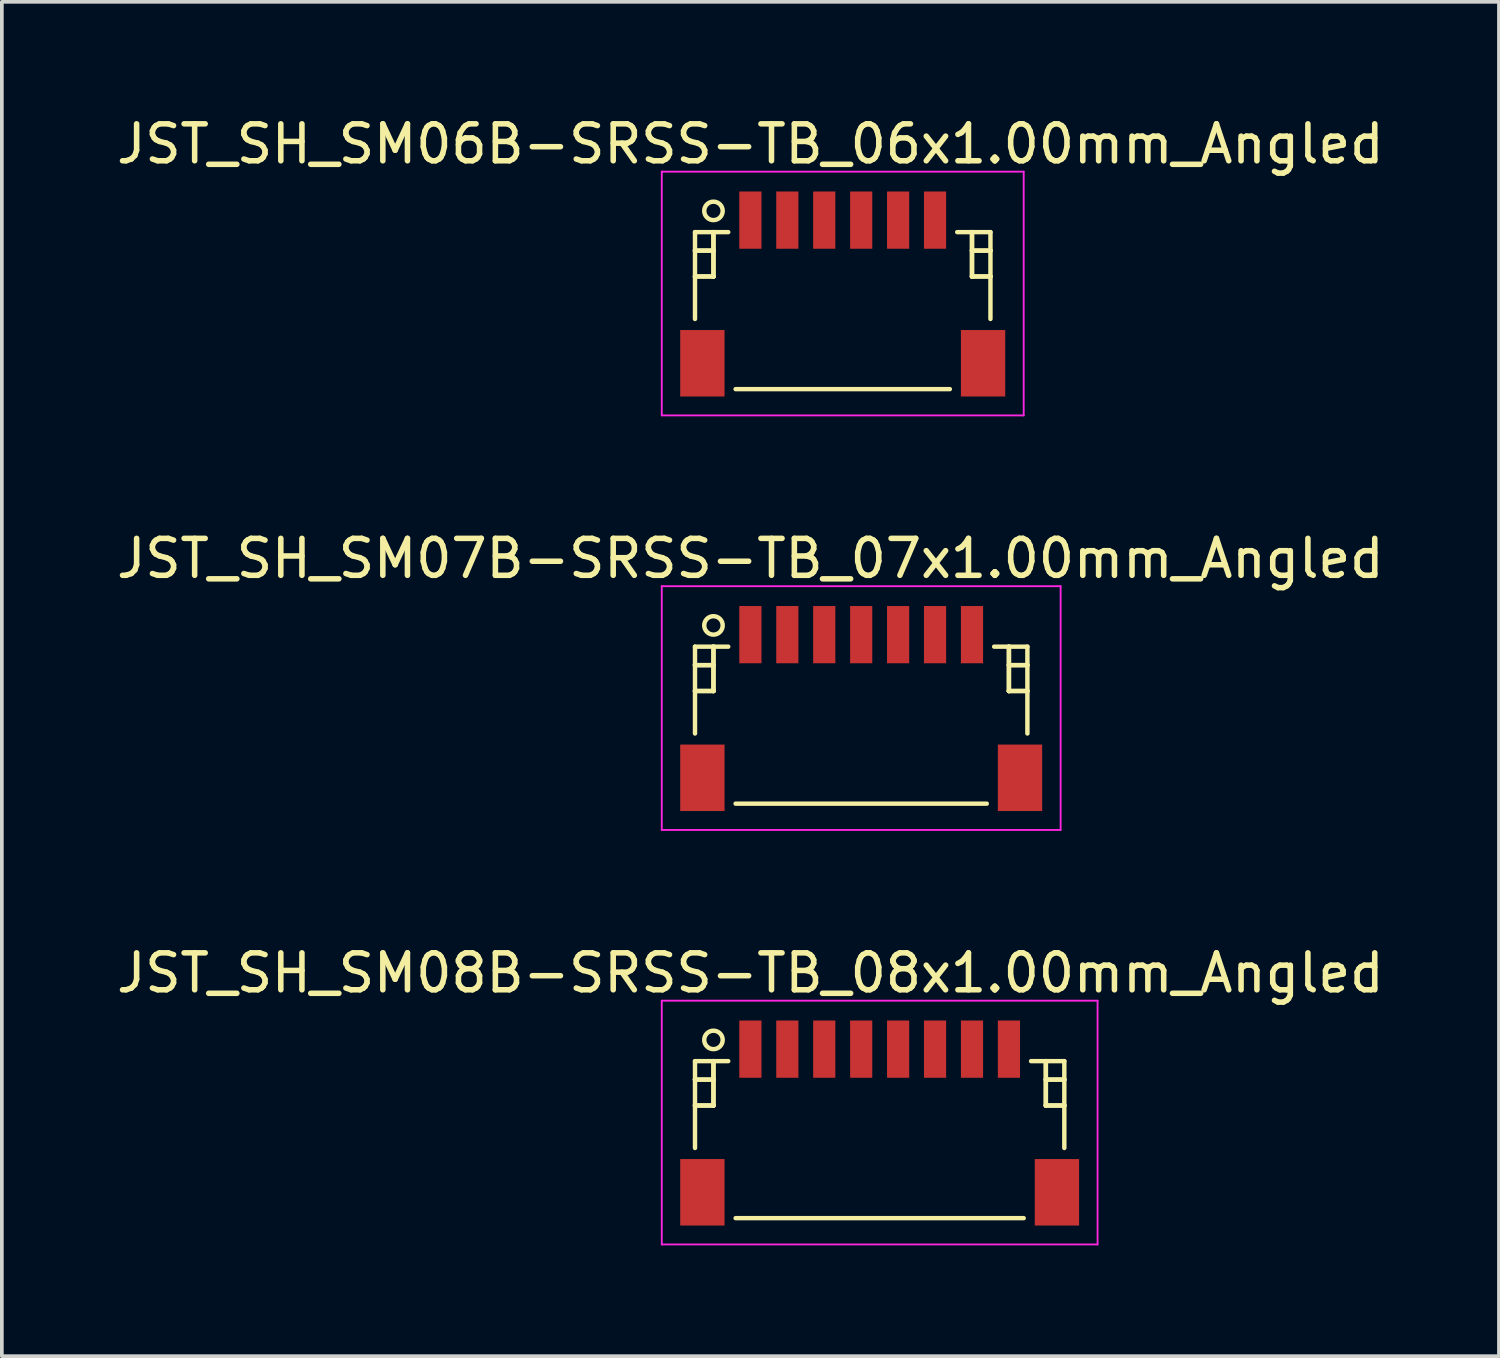
<source format=kicad_pcb>
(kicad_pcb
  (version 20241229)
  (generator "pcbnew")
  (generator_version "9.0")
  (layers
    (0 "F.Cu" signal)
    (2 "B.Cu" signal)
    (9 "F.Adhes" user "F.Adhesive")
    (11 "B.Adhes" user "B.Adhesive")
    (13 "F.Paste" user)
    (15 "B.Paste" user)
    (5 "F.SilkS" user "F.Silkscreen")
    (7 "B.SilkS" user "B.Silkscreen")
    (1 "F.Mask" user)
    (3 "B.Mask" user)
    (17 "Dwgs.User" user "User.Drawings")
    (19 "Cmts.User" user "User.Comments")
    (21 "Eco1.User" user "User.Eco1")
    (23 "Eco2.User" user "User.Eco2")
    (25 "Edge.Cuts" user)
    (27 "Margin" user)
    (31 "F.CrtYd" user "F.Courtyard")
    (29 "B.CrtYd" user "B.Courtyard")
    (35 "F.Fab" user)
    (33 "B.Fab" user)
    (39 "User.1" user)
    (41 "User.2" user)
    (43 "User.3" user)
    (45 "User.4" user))
  (footprint "JST_SH_SM06B-SRSS-TB_06x1.00mm_Angled"
    (layer "F.Cu")
    (at 19.768 4.848)
    (property "Reference" "JST_SH_SM06B-SRSS-TB_06x1.00mm_Angled" (at -2.5 -4 0) (layer "F.SilkS") (effects (font (size 1 1) (thickness 0.15))))
    (attr smd)
    (fp_line (start -4 -1.613) (end -3.1 -1.613) (stroke (width 0.12) (type solid)) (layer "F.SilkS"))
    (fp_line (start -4 -1.113) (end -4 -1.113) (stroke (width 0.12) (type solid)) (layer "F.SilkS"))
    (fp_line (start -4 -1.113) (end -3.5 -1.113) (stroke (width 0.12) (type solid)) (layer "F.SilkS"))
    (fp_line (start -4 -0.412) (end -4 -0.412) (stroke (width 0.12) (type solid)) (layer "F.SilkS"))
    (fp_line (start -4 -0.412) (end -3.5 -0.412) (stroke (width 0.12) (type solid)) (layer "F.SilkS"))
    (fp_line (start -4 0.738) (end -4 -1.613) (stroke (width 0.12) (type solid)) (layer "F.SilkS"))
    (fp_line (start -3.5 -1.613) (end -3.5 -1.613) (stroke (width 0.12) (type solid)) (layer "F.SilkS"))
    (fp_line (start -3.5 -1.613) (end -3.5 -0.412) (stroke (width 0.12) (type solid)) (layer "F.SilkS"))
    (fp_line (start -3.5 -1.113) (end -4 -1.113) (stroke (width 0.12) (type solid)) (layer "F.SilkS"))
    (fp_line (start -3.5 -1.113) (end -3.5 -1.113) (stroke (width 0.12) (type solid)) (layer "F.SilkS"))
    (fp_line (start -3.5 -0.412) (end -4 -0.412) (stroke (width 0.12) (type solid)) (layer "F.SilkS"))
    (fp_line (start -3.5 -0.412) (end -3.5 -1.613) (stroke (width 0.12) (type solid)) (layer "F.SilkS"))
    (fp_line (start -3.5 -0.412) (end -3.5 -0.412) (stroke (width 0.12) (type solid)) (layer "F.SilkS"))
    (fp_line (start -3.5 -0.412) (end -3.5 -0.412) (stroke (width 0.12) (type solid)) (layer "F.SilkS"))
    (fp_line (start -2.9 2.638) (end 2.9 2.638) (stroke (width 0.12) (type solid)) (layer "F.SilkS"))
    (fp_line (start 3.5 -1.613) (end 3.5 -1.613) (stroke (width 0.12) (type solid)) (layer "F.SilkS"))
    (fp_line (start 3.5 -1.613) (end 3.5 -0.412) (stroke (width 0.12) (type solid)) (layer "F.SilkS"))
    (fp_line (start 3.5 -1.113) (end 3.5 -1.113) (stroke (width 0.12) (type solid)) (layer "F.SilkS"))
    (fp_line (start 3.5 -1.113) (end 4 -1.113) (stroke (width 0.12) (type solid)) (layer "F.SilkS"))
    (fp_line (start 3.5 -0.412) (end 3.5 -1.613) (stroke (width 0.12) (type solid)) (layer "F.SilkS"))
    (fp_line (start 3.5 -0.412) (end 3.5 -0.412) (stroke (width 0.12) (type solid)) (layer "F.SilkS"))
    (fp_line (start 3.5 -0.412) (end 3.5 -0.412) (stroke (width 0.12) (type solid)) (layer "F.SilkS"))
    (fp_line (start 3.5 -0.412) (end 4 -0.412) (stroke (width 0.12) (type solid)) (layer "F.SilkS"))
    (fp_line (start 4 -1.613) (end 3.1 -1.613) (stroke (width 0.12) (type solid)) (layer "F.SilkS"))
    (fp_line (start 4 -1.113) (end 3.5 -1.113) (stroke (width 0.12) (type solid)) (layer "F.SilkS"))
    (fp_line (start 4 -1.113) (end 4 -1.113) (stroke (width 0.12) (type solid)) (layer "F.SilkS"))
    (fp_line (start 4 -0.412) (end 3.5 -0.412) (stroke (width 0.12) (type solid)) (layer "F.SilkS"))
    (fp_line (start 4 -0.412) (end 4 -0.412) (stroke (width 0.12) (type solid)) (layer "F.SilkS"))
    (fp_line (start 4 0.738) (end 4 -1.613) (stroke (width 0.12) (type solid)) (layer "F.SilkS"))
    (fp_circle (center -3.5 -2.188) (end -3.25 -2.188) (stroke (width 0.12) (type solid)) (fill no) (layer "F.SilkS"))
    (fp_line (start -4.9 -3.25) (end 4.9 -3.25) (stroke (width 0.05) (type solid)) (layer "F.CrtYd"))
    (fp_line (start -4.9 3.35) (end -4.9 -3.25) (stroke (width 0.05) (type solid)) (layer "F.CrtYd"))
    (fp_line (start 4.9 -3.25) (end 4.9 3.35) (stroke (width 0.05) (type solid)) (layer "F.CrtYd"))
    (fp_line (start 4.9 3.35) (end -4.9 3.35) (stroke (width 0.05) (type solid)) (layer "F.CrtYd"))
    (pad "" smd rect (at -3.8 1.938) (size 1.2 1.8) (layers "F.Cu" "F.Mask" "F.Paste"))
    (pad "" smd rect (at 3.8 1.938) (size 1.2 1.8) (layers "F.Cu" "F.Mask" "F.Paste"))
    (pad "1" smd rect (at -2.5 -1.938) (size 0.6 1.55) (layers "F.Cu" "F.Mask" "F.Paste"))
    (pad "2" smd rect (at -1.5 -1.938) (size 0.6 1.55) (layers "F.Cu" "F.Mask" "F.Paste"))
    (pad "3" smd rect (at -0.5 -1.938) (size 0.6 1.55) (layers "F.Cu" "F.Mask" "F.Paste"))
    (pad "4" smd rect (at 0.5 -1.938) (size 0.6 1.55) (layers "F.Cu" "F.Mask" "F.Paste"))
    (pad "5" smd rect (at 1.5 -1.938) (size 0.6 1.55) (layers "F.Cu" "F.Mask" "F.Paste"))
    (pad "6" smd rect (at 2.5 -1.938) (size 0.6 1.55) (layers "F.Cu" "F.Mask" "F.Paste")))
  (footprint "JST_SH_SM07B-SRSS-TB_07x1.00mm_Angled"
    (layer "F.Cu")
    (at 20.268 16.072)
    (property "Reference" "JST_SH_SM07B-SRSS-TB_07x1.00mm_Angled" (at -3 -4 0) (layer "F.SilkS") (effects (font (size 1 1) (thickness 0.15))))
    (attr smd)
    (fp_line (start -4.5 -1.613) (end -3.6 -1.613) (stroke (width 0.12) (type solid)) (layer "F.SilkS"))
    (fp_line (start -4.5 -1.113) (end -4.5 -1.113) (stroke (width 0.12) (type solid)) (layer "F.SilkS"))
    (fp_line (start -4.5 -1.113) (end -4 -1.113) (stroke (width 0.12) (type solid)) (layer "F.SilkS"))
    (fp_line (start -4.5 -0.412) (end -4.5 -0.412) (stroke (width 0.12) (type solid)) (layer "F.SilkS"))
    (fp_line (start -4.5 -0.412) (end -4 -0.412) (stroke (width 0.12) (type solid)) (layer "F.SilkS"))
    (fp_line (start -4.5 0.738) (end -4.5 -1.613) (stroke (width 0.12) (type solid)) (layer "F.SilkS"))
    (fp_line (start -4 -1.613) (end -4 -1.613) (stroke (width 0.12) (type solid)) (layer "F.SilkS"))
    (fp_line (start -4 -1.613) (end -4 -0.412) (stroke (width 0.12) (type solid)) (layer "F.SilkS"))
    (fp_line (start -4 -1.113) (end -4.5 -1.113) (stroke (width 0.12) (type solid)) (layer "F.SilkS"))
    (fp_line (start -4 -1.113) (end -4 -1.113) (stroke (width 0.12) (type solid)) (layer "F.SilkS"))
    (fp_line (start -4 -0.412) (end -4.5 -0.412) (stroke (width 0.12) (type solid)) (layer "F.SilkS"))
    (fp_line (start -4 -0.412) (end -4 -1.613) (stroke (width 0.12) (type solid)) (layer "F.SilkS"))
    (fp_line (start -4 -0.412) (end -4 -0.412) (stroke (width 0.12) (type solid)) (layer "F.SilkS"))
    (fp_line (start -4 -0.412) (end -4 -0.412) (stroke (width 0.12) (type solid)) (layer "F.SilkS"))
    (fp_line (start -3.4 2.638) (end 3.4 2.638) (stroke (width 0.12) (type solid)) (layer "F.SilkS"))
    (fp_line (start 4 -1.613) (end 4 -1.613) (stroke (width 0.12) (type solid)) (layer "F.SilkS"))
    (fp_line (start 4 -1.613) (end 4 -0.412) (stroke (width 0.12) (type solid)) (layer "F.SilkS"))
    (fp_line (start 4 -1.113) (end 4 -1.113) (stroke (width 0.12) (type solid)) (layer "F.SilkS"))
    (fp_line (start 4 -1.113) (end 4.5 -1.113) (stroke (width 0.12) (type solid)) (layer "F.SilkS"))
    (fp_line (start 4 -0.412) (end 4 -1.613) (stroke (width 0.12) (type solid)) (layer "F.SilkS"))
    (fp_line (start 4 -0.412) (end 4 -0.412) (stroke (width 0.12) (type solid)) (layer "F.SilkS"))
    (fp_line (start 4 -0.412) (end 4 -0.412) (stroke (width 0.12) (type solid)) (layer "F.SilkS"))
    (fp_line (start 4 -0.412) (end 4.5 -0.412) (stroke (width 0.12) (type solid)) (layer "F.SilkS"))
    (fp_line (start 4.5 -1.613) (end 3.6 -1.613) (stroke (width 0.12) (type solid)) (layer "F.SilkS"))
    (fp_line (start 4.5 -1.113) (end 4 -1.113) (stroke (width 0.12) (type solid)) (layer "F.SilkS"))
    (fp_line (start 4.5 -1.113) (end 4.5 -1.113) (stroke (width 0.12) (type solid)) (layer "F.SilkS"))
    (fp_line (start 4.5 -0.412) (end 4 -0.412) (stroke (width 0.12) (type solid)) (layer "F.SilkS"))
    (fp_line (start 4.5 -0.412) (end 4.5 -0.412) (stroke (width 0.12) (type solid)) (layer "F.SilkS"))
    (fp_line (start 4.5 0.738) (end 4.5 -1.613) (stroke (width 0.12) (type solid)) (layer "F.SilkS"))
    (fp_circle (center -4 -2.188) (end -3.75 -2.188) (stroke (width 0.12) (type solid)) (fill no) (layer "F.SilkS"))
    (fp_line (start -5.4 -3.25) (end 5.4 -3.25) (stroke (width 0.05) (type solid)) (layer "F.CrtYd"))
    (fp_line (start -5.4 3.35) (end -5.4 -3.25) (stroke (width 0.05) (type solid)) (layer "F.CrtYd"))
    (fp_line (start 5.4 -3.25) (end 5.4 3.35) (stroke (width 0.05) (type solid)) (layer "F.CrtYd"))
    (fp_line (start 5.4 3.35) (end -5.4 3.35) (stroke (width 0.05) (type solid)) (layer "F.CrtYd"))
    (pad "" smd rect (at -4.3 1.938) (size 1.2 1.8) (layers "F.Cu" "F.Mask" "F.Paste"))
    (pad "" smd rect (at 4.3 1.938) (size 1.2 1.8) (layers "F.Cu" "F.Mask" "F.Paste"))
    (pad "1" smd rect (at -3 -1.938) (size 0.6 1.55) (layers "F.Cu" "F.Mask" "F.Paste"))
    (pad "2" smd rect (at -2 -1.938) (size 0.6 1.55) (layers "F.Cu" "F.Mask" "F.Paste"))
    (pad "3" smd rect (at -1 -1.938) (size 0.6 1.55) (layers "F.Cu" "F.Mask" "F.Paste"))
    (pad "4" smd rect (at 0 -1.938) (size 0.6 1.55) (layers "F.Cu" "F.Mask" "F.Paste"))
    (pad "5" smd rect (at 1 -1.938) (size 0.6 1.55) (layers "F.Cu" "F.Mask" "F.Paste"))
    (pad "6" smd rect (at 2 -1.938) (size 0.6 1.55) (layers "F.Cu" "F.Mask" "F.Paste"))
    (pad "7" smd rect (at 3 -1.938) (size 0.6 1.55) (layers "F.Cu" "F.Mask" "F.Paste")))
  (footprint "JST_SH_SM08B-SRSS-TB_08x1.00mm_Angled"
    (layer "F.Cu")
    (at 20.768 27.295)
    (property "Reference" "JST_SH_SM08B-SRSS-TB_08x1.00mm_Angled" (at -3.5 -4 0) (layer "F.SilkS") (effects (font (size 1 1) (thickness 0.15))))
    (attr smd)
    (fp_line (start -5 -1.613) (end -4.1 -1.613) (stroke (width 0.12) (type solid)) (layer "F.SilkS"))
    (fp_line (start -5 -1.113) (end -5 -1.113) (stroke (width 0.12) (type solid)) (layer "F.SilkS"))
    (fp_line (start -5 -1.113) (end -4.5 -1.113) (stroke (width 0.12) (type solid)) (layer "F.SilkS"))
    (fp_line (start -5 -0.412) (end -5 -0.412) (stroke (width 0.12) (type solid)) (layer "F.SilkS"))
    (fp_line (start -5 -0.412) (end -4.5 -0.412) (stroke (width 0.12) (type solid)) (layer "F.SilkS"))
    (fp_line (start -5 0.738) (end -5 -1.613) (stroke (width 0.12) (type solid)) (layer "F.SilkS"))
    (fp_line (start -4.5 -1.613) (end -4.5 -1.613) (stroke (width 0.12) (type solid)) (layer "F.SilkS"))
    (fp_line (start -4.5 -1.613) (end -4.5 -0.412) (stroke (width 0.12) (type solid)) (layer "F.SilkS"))
    (fp_line (start -4.5 -1.113) (end -5 -1.113) (stroke (width 0.12) (type solid)) (layer "F.SilkS"))
    (fp_line (start -4.5 -1.113) (end -4.5 -1.113) (stroke (width 0.12) (type solid)) (layer "F.SilkS"))
    (fp_line (start -4.5 -0.412) (end -5 -0.412) (stroke (width 0.12) (type solid)) (layer "F.SilkS"))
    (fp_line (start -4.5 -0.412) (end -4.5 -1.613) (stroke (width 0.12) (type solid)) (layer "F.SilkS"))
    (fp_line (start -4.5 -0.412) (end -4.5 -0.412) (stroke (width 0.12) (type solid)) (layer "F.SilkS"))
    (fp_line (start -4.5 -0.412) (end -4.5 -0.412) (stroke (width 0.12) (type solid)) (layer "F.SilkS"))
    (fp_line (start -3.9 2.638) (end 3.9 2.638) (stroke (width 0.12) (type solid)) (layer "F.SilkS"))
    (fp_line (start 4.5 -1.613) (end 4.5 -1.613) (stroke (width 0.12) (type solid)) (layer "F.SilkS"))
    (fp_line (start 4.5 -1.613) (end 4.5 -0.412) (stroke (width 0.12) (type solid)) (layer "F.SilkS"))
    (fp_line (start 4.5 -1.113) (end 4.5 -1.113) (stroke (width 0.12) (type solid)) (layer "F.SilkS"))
    (fp_line (start 4.5 -1.113) (end 5 -1.113) (stroke (width 0.12) (type solid)) (layer "F.SilkS"))
    (fp_line (start 4.5 -0.412) (end 4.5 -1.613) (stroke (width 0.12) (type solid)) (layer "F.SilkS"))
    (fp_line (start 4.5 -0.412) (end 4.5 -0.412) (stroke (width 0.12) (type solid)) (layer "F.SilkS"))
    (fp_line (start 4.5 -0.412) (end 4.5 -0.412) (stroke (width 0.12) (type solid)) (layer "F.SilkS"))
    (fp_line (start 4.5 -0.412) (end 5 -0.412) (stroke (width 0.12) (type solid)) (layer "F.SilkS"))
    (fp_line (start 5 -1.613) (end 4.1 -1.613) (stroke (width 0.12) (type solid)) (layer "F.SilkS"))
    (fp_line (start 5 -1.113) (end 4.5 -1.113) (stroke (width 0.12) (type solid)) (layer "F.SilkS"))
    (fp_line (start 5 -1.113) (end 5 -1.113) (stroke (width 0.12) (type solid)) (layer "F.SilkS"))
    (fp_line (start 5 -0.412) (end 4.5 -0.412) (stroke (width 0.12) (type solid)) (layer "F.SilkS"))
    (fp_line (start 5 -0.412) (end 5 -0.412) (stroke (width 0.12) (type solid)) (layer "F.SilkS"))
    (fp_line (start 5 0.738) (end 5 -1.613) (stroke (width 0.12) (type solid)) (layer "F.SilkS"))
    (fp_circle (center -4.5 -2.188) (end -4.25 -2.188) (stroke (width 0.12) (type solid)) (fill no) (layer "F.SilkS"))
    (fp_line (start -5.9 -3.25) (end 5.9 -3.25) (stroke (width 0.05) (type solid)) (layer "F.CrtYd"))
    (fp_line (start -5.9 3.35) (end -5.9 -3.25) (stroke (width 0.05) (type solid)) (layer "F.CrtYd"))
    (fp_line (start 5.9 -3.25) (end 5.9 3.35) (stroke (width 0.05) (type solid)) (layer "F.CrtYd"))
    (fp_line (start 5.9 3.35) (end -5.9 3.35) (stroke (width 0.05) (type solid)) (layer "F.CrtYd"))
    (pad "" smd rect (at -4.8 1.938) (size 1.2 1.8) (layers "F.Cu" "F.Mask" "F.Paste"))
    (pad "" smd rect (at 4.8 1.938) (size 1.2 1.8) (layers "F.Cu" "F.Mask" "F.Paste"))
    (pad "1" smd rect (at -3.5 -1.938) (size 0.6 1.55) (layers "F.Cu" "F.Mask" "F.Paste"))
    (pad "2" smd rect (at -2.5 -1.938) (size 0.6 1.55) (layers "F.Cu" "F.Mask" "F.Paste"))
    (pad "3" smd rect (at -1.5 -1.938) (size 0.6 1.55) (layers "F.Cu" "F.Mask" "F.Paste"))
    (pad "4" smd rect (at -0.5 -1.938) (size 0.6 1.55) (layers "F.Cu" "F.Mask" "F.Paste"))
    (pad "5" smd rect (at 0.5 -1.938) (size 0.6 1.55) (layers "F.Cu" "F.Mask" "F.Paste"))
    (pad "6" smd rect (at 1.5 -1.938) (size 0.6 1.55) (layers "F.Cu" "F.Mask" "F.Paste"))
    (pad "7" smd rect (at 2.5 -1.938) (size 0.6 1.55) (layers "F.Cu" "F.Mask" "F.Paste"))
    (pad "8" smd rect (at 3.5 -1.938) (size 0.6 1.55) (layers "F.Cu" "F.Mask" "F.Paste")))
  (gr_rect
    (start -3 -3)
    (end 37.536 33.67)
    (stroke (width 0.1) (type default))
    (fill no)
    (layer "Edge.Cuts")))
</source>
